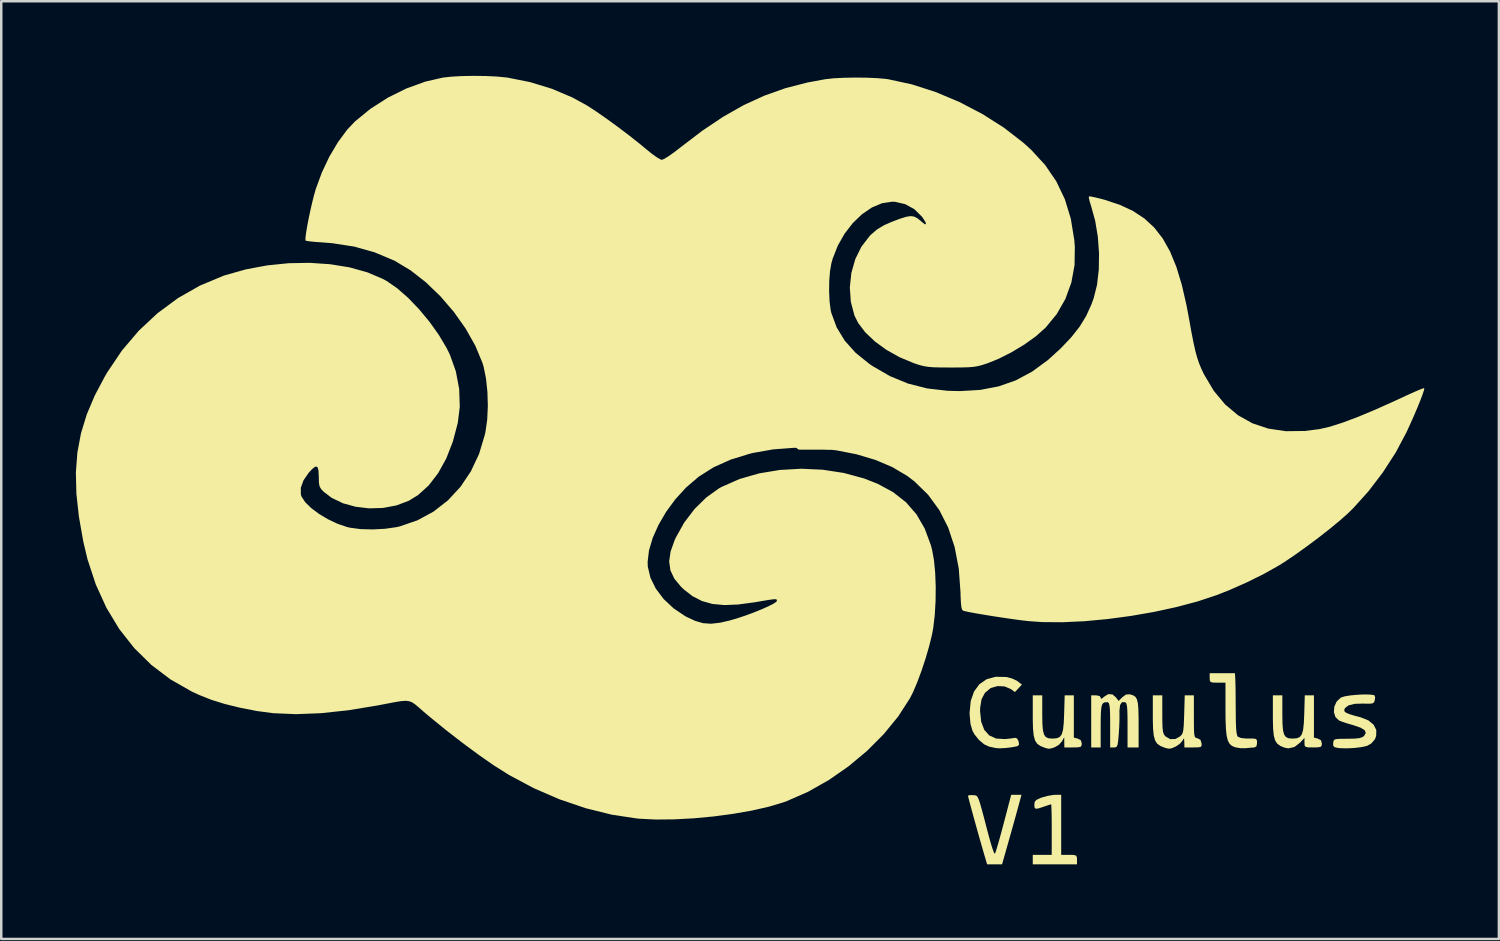
<source format=kicad_pcb>
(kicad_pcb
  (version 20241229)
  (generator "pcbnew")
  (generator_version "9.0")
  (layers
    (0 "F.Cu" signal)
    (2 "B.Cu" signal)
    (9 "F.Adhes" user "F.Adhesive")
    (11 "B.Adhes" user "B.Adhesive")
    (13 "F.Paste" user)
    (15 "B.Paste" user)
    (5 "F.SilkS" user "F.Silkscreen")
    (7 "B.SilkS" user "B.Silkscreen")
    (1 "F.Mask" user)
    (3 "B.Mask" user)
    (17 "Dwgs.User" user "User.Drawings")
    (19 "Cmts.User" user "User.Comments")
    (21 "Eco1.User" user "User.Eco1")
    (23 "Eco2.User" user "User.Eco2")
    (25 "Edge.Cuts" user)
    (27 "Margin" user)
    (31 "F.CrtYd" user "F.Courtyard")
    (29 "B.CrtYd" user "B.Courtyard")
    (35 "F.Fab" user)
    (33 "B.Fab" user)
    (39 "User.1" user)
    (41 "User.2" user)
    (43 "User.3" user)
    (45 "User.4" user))
  (footprint "Cumulus_logo"
    (layer "F.Cu")
    (at 27.291 14.043)
    (property "Reference" "Cumulus_logo" (at 0 0 0) (layer "F.SilkS") (effects (font (size 1.524 1.524) (thickness 0.3))))
    (attr board_only exclude_from_pos_files exclude_from_bom)
    (fp_poly (pts (xy 12.319 14.859) (xy 12.319 17.272) (xy 12.636 17.272) (xy 12.824 17.276) (xy 12.918 17.302) (xy 12.95 17.368) (xy 12.954 17.462) (xy 12.954 17.653) (xy 11.176 17.653) (xy 11.176 17.272) (xy 11.938 17.272) (xy 11.938 16.256) (xy 11.937 15.913) (xy 11.933 15.619) (xy 11.927 15.397) (xy 11.92 15.266) (xy 11.914 15.24) (xy 11.845 15.259) (xy 11.699 15.308) (xy 11.62 15.335) (xy 11.415 15.403) (xy 11.3 15.42) (xy 11.251 15.379) (xy 11.24 15.276) (xy 11.239 15.253) (xy 11.255 15.139) (xy 11.324 15.062) (xy 11.475 14.991) (xy 11.541 14.966) (xy 11.775 14.901) (xy 12.007 14.863) (xy 12.081 14.859)) (stroke (width 0) (type solid)) (fill yes) (layer "F.SilkS"))
    (fp_poly (pts (xy 19.319 10.239) (xy 19.324 10.399) (xy 19.329 10.655) (xy 19.332 10.977) (xy 19.334 11.334) (xy 19.335 11.474) (xy 19.339 11.885) (xy 19.35 12.182) (xy 19.37 12.381) (xy 19.4 12.493) (xy 19.419 12.522) (xy 19.539 12.573) (xy 19.752 12.596) (xy 19.847 12.596) (xy 20.046 12.595) (xy 20.148 12.614) (xy 20.187 12.668) (xy 20.193 12.771) (xy 20.168 12.911) (xy 20.084 12.955) (xy 20.082 12.955) (xy 19.943 12.963) (xy 19.759 12.982) (xy 19.748 12.984) (xy 19.525 12.984) (xy 19.315 12.948) (xy 19.186 12.894) (xy 19.088 12.808) (xy 19.017 12.674) (xy 18.969 12.477) (xy 18.94 12.2) (xy 18.926 11.827) (xy 18.923 11.4) (xy 18.923 10.351) (xy 18.605 10.351) (xy 18.418 10.346) (xy 18.324 10.321) (xy 18.292 10.254) (xy 18.288 10.16) (xy 18.288 9.97) (xy 19.304 9.97)) (stroke (width 0) (type solid)) (fill yes) (layer "F.SilkS"))
    (fp_poly (pts (xy 21.209 11.608) (xy 21.214 11.986) (xy 21.235 12.255) (xy 21.279 12.432) (xy 21.353 12.537) (xy 21.464 12.586) (xy 21.615 12.598) (xy 21.786 12.586) (xy 21.908 12.536) (xy 21.991 12.431) (xy 22.043 12.253) (xy 22.073 11.983) (xy 22.089 11.618) (xy 22.111 10.858) (xy 22.479 10.858) (xy 22.479 12.559) (xy 22.638 12.599) (xy 22.764 12.67) (xy 22.797 12.796) (xy 22.787 12.887) (xy 22.739 12.934) (xy 22.62 12.951) (xy 22.447 12.954) (xy 22.248 12.951) (xy 22.144 12.93) (xy 22.104 12.874) (xy 22.098 12.766) (xy 22.098 12.571) (xy 21.923 12.76) (xy 21.697 12.934) (xy 21.455 12.991) (xy 21.304 12.965) (xy 21.13 12.894) (xy 21.004 12.803) (xy 20.919 12.672) (xy 20.866 12.48) (xy 20.838 12.209) (xy 20.828 11.837) (xy 20.828 11.688) (xy 20.828 10.858) (xy 21.209 10.858)) (stroke (width 0) (type solid)) (fill yes) (layer "F.SilkS"))
    (fp_poly (pts (xy 11.557 11.608) (xy 11.562 11.986) (xy 11.583 12.255) (xy 11.627 12.432) (xy 11.701 12.537) (xy 11.812 12.586) (xy 11.963 12.598) (xy 12.134 12.586) (xy 12.256 12.536) (xy 12.339 12.431) (xy 12.391 12.253) (xy 12.421 11.983) (xy 12.437 11.618) (xy 12.459 10.858) (xy 12.827 10.858) (xy 12.827 12.559) (xy 12.986 12.599) (xy 13.112 12.67) (xy 13.145 12.796) (xy 13.135 12.887) (xy 13.087 12.934) (xy 12.968 12.951) (xy 12.795 12.954) (xy 12.446 12.954) (xy 12.443 12.748) (xy 12.441 12.541) (xy 12.35 12.709) (xy 12.224 12.85) (xy 12.057 12.947) (xy 11.907 12.996) (xy 11.81 13.006) (xy 11.7 12.979) (xy 11.652 12.964) (xy 11.479 12.894) (xy 11.352 12.804) (xy 11.267 12.672) (xy 11.214 12.479) (xy 11.186 12.206) (xy 11.176 11.832) (xy 11.176 11.688) (xy 11.176 10.858) (xy 11.557 10.858)) (stroke (width 0) (type solid)) (fill yes) (layer "F.SilkS"))
    (fp_poly (pts (xy 10.58 15.383) (xy 10.507 15.648) (xy 10.412 15.993) (xy 10.305 16.373) (xy 10.199 16.748) (xy 10.19 16.78) (xy 9.942 17.653) (xy 9.34 17.653) (xy 9.214 17.224) (xy 9.131 16.937) (xy 9.036 16.606) (xy 8.937 16.253) (xy 8.839 15.9) (xy 8.748 15.569) (xy 8.67 15.282) (xy 8.611 15.06) (xy 8.578 14.926) (xy 8.572 14.898) (xy 8.627 14.871) (xy 8.761 14.87) (xy 8.774 14.871) (xy 8.837 14.876) (xy 8.887 14.885) (xy 8.931 14.913) (xy 8.972 14.974) (xy 9.017 15.08) (xy 9.07 15.248) (xy 9.138 15.489) (xy 9.226 15.819) (xy 9.338 16.251) (xy 9.403 16.498) (xy 9.483 16.786) (xy 9.555 17.019) (xy 9.613 17.173) (xy 9.65 17.23) (xy 9.654 17.228) (xy 9.684 17.153) (xy 9.74 16.975) (xy 9.815 16.714) (xy 9.905 16.391) (xy 10.003 16.025) (xy 10.005 16.018) (xy 10.309 14.859) (xy 10.722 14.859)) (stroke (width 0) (type solid)) (fill yes) (layer "F.SilkS"))
    (fp_poly (pts (xy 10.111 10.122) (xy 10.124 10.124) (xy 10.342 10.181) (xy 10.534 10.271) (xy 10.572 10.298) (xy 10.739 10.429) (xy 10.599 10.578) (xy 10.459 10.727) (xy 10.284 10.602) (xy 10.043 10.501) (xy 9.763 10.487) (xy 9.499 10.562) (xy 9.464 10.581) (xy 9.249 10.764) (xy 9.117 11.018) (xy 9.061 11.358) (xy 9.058 11.501) (xy 9.103 11.922) (xy 9.226 12.246) (xy 9.427 12.471) (xy 9.704 12.596) (xy 10.055 12.618) (xy 10.065 12.617) (xy 10.267 12.597) (xy 10.424 12.575) (xy 10.47 12.566) (xy 10.553 12.601) (xy 10.606 12.711) (xy 10.625 12.839) (xy 10.566 12.898) (xy 10.518 12.913) (xy 10.299 12.952) (xy 10.053 12.979) (xy 9.83 12.989) (xy 9.684 12.978) (xy 9.511 12.94) (xy 9.419 12.92) (xy 9.222 12.829) (xy 9.015 12.655) (xy 8.836 12.434) (xy 8.755 12.29) (xy 8.672 12.008) (xy 8.638 11.632) (xy 8.637 11.554) (xy 8.682 11.087) (xy 8.816 10.704) (xy 9.032 10.41) (xy 9.324 10.211) (xy 9.685 10.113)) (stroke (width 0) (type solid)) (fill yes) (layer "F.SilkS"))
    (fp_poly (pts (xy 16.383 11.62) (xy 16.385 11.95) (xy 16.394 12.177) (xy 16.413 12.327) (xy 16.446 12.425) (xy 16.496 12.495) (xy 16.51 12.509) (xy 16.699 12.62) (xy 16.912 12.613) (xy 17.09 12.515) (xy 17.154 12.455) (xy 17.198 12.381) (xy 17.226 12.268) (xy 17.244 12.091) (xy 17.256 11.826) (xy 17.263 11.626) (xy 17.285 10.858) (xy 17.653 10.858) (xy 17.653 11.711) (xy 17.654 12.054) (xy 17.658 12.291) (xy 17.67 12.442) (xy 17.692 12.527) (xy 17.728 12.567) (xy 17.782 12.582) (xy 17.796 12.584) (xy 17.914 12.645) (xy 17.959 12.779) (xy 17.964 12.879) (xy 17.931 12.931) (xy 17.83 12.951) (xy 17.632 12.954) (xy 17.625 12.954) (xy 17.272 12.954) (xy 17.268 12.748) (xy 17.261 12.616) (xy 17.241 12.599) (xy 17.196 12.681) (xy 17.093 12.803) (xy 16.935 12.912) (xy 16.921 12.919) (xy 16.761 12.988) (xy 16.648 13.005) (xy 16.52 12.977) (xy 16.478 12.964) (xy 16.305 12.894) (xy 16.178 12.804) (xy 16.093 12.672) (xy 16.04 12.479) (xy 16.012 12.206) (xy 16.002 11.832) (xy 16.002 11.688) (xy 16.002 10.858) (xy 16.383 10.858)) (stroke (width 0) (type solid)) (fill yes) (layer "F.SilkS"))
    (fp_poly (pts (xy 14.38 10.823) (xy 14.518 10.94) (xy 14.627 11.085) (xy 14.778 10.934) (xy 14.923 10.828) (xy 15.074 10.818) (xy 15.1 10.824) (xy 15.22 10.863) (xy 15.307 10.924) (xy 15.366 11.026) (xy 15.403 11.189) (xy 15.422 11.431) (xy 15.43 11.77) (xy 15.431 12.014) (xy 15.431 12.954) (xy 14.986 12.954) (xy 14.986 12.063) (xy 14.984 11.702) (xy 14.977 11.448) (xy 14.962 11.283) (xy 14.938 11.187) (xy 14.902 11.142) (xy 14.886 11.134) (xy 14.761 11.134) (xy 14.686 11.25) (xy 14.66 11.483) (xy 14.661 11.57) (xy 14.662 11.802) (xy 14.653 12.1) (xy 14.634 12.402) (xy 14.632 12.43) (xy 14.609 12.687) (xy 14.585 12.842) (xy 14.551 12.922) (xy 14.496 12.951) (xy 14.439 12.954) (xy 14.287 12.954) (xy 14.287 12.063) (xy 14.285 11.7) (xy 14.278 11.445) (xy 14.262 11.279) (xy 14.237 11.183) (xy 14.201 11.14) (xy 14.191 11.135) (xy 14.066 11.141) (xy 14.001 11.177) (xy 13.961 11.236) (xy 13.933 11.349) (xy 13.916 11.534) (xy 13.908 11.812) (xy 13.906 12.105) (xy 13.906 12.954) (xy 13.525 12.954) (xy 13.525 10.858) (xy 13.716 10.858) (xy 13.867 10.887) (xy 13.906 10.954) (xy 13.925 11.003) (xy 13.995 10.959) (xy 14.034 10.922) (xy 14.209 10.811)) (stroke (width 0) (type solid)) (fill yes) (layer "F.SilkS"))
    (fp_poly (pts (xy 24.685 10.826) (xy 24.855 10.842) (xy 24.921 10.867) (xy 24.939 10.953) (xy 24.924 11.057) (xy 24.895 11.137) (xy 24.839 11.18) (xy 24.724 11.196) (xy 24.519 11.193) (xy 24.461 11.19) (xy 24.116 11.201) (xy 23.868 11.263) (xy 23.726 11.373) (xy 23.698 11.441) (xy 23.707 11.503) (xy 23.77 11.558) (xy 23.906 11.616) (xy 24.135 11.685) (xy 24.36 11.744) (xy 24.667 11.866) (xy 24.879 12.041) (xy 24.986 12.255) (xy 24.981 12.495) (xy 24.93 12.625) (xy 24.785 12.794) (xy 24.624 12.887) (xy 24.403 12.939) (xy 24.11 12.975) (xy 23.796 12.991) (xy 23.517 12.983) (xy 23.444 12.975) (xy 23.301 12.941) (xy 23.251 12.873) (xy 23.253 12.775) (xy 23.267 12.693) (xy 23.302 12.643) (xy 23.383 12.617) (xy 23.538 12.607) (xy 23.791 12.605) (xy 23.826 12.605) (xy 24.113 12.599) (xy 24.303 12.58) (xy 24.423 12.543) (xy 24.492 12.492) (xy 24.563 12.372) (xy 24.521 12.264) (xy 24.361 12.162) (xy 24.079 12.064) (xy 24.04 12.053) (xy 23.804 11.984) (xy 23.603 11.917) (xy 23.484 11.869) (xy 23.342 11.729) (xy 23.281 11.532) (xy 23.299 11.313) (xy 23.392 11.108) (xy 23.556 10.955) (xy 23.577 10.943) (xy 23.717 10.9) (xy 23.932 10.864) (xy 24.189 10.839) (xy 24.451 10.825)) (stroke (width 0) (type solid)) (fill yes) (layer "F.SilkS"))
    (fp_poly (pts (xy -10.817 -14.037) (xy -10.366 -14.016) (xy -9.988 -13.98) (xy -9.938 -13.973) (xy -9.031 -13.792) (xy -8.152 -13.523) (xy -7.332 -13.175) (xy -6.743 -12.852) (xy -6.376 -12.613) (xy -5.946 -12.314) (xy -5.485 -11.978) (xy -5.027 -11.63) (xy -4.602 -11.294) (xy -4.36 -11.092) (xy -4.139 -10.914) (xy -3.941 -10.772) (xy -3.793 -10.686) (xy -3.735 -10.668) (xy -3.639 -10.706) (xy -3.469 -10.811) (xy -3.249 -10.965) (xy -3.003 -11.155) (xy -2.992 -11.164) (xy -2.112 -11.835) (xy -1.268 -12.401) (xy -0.442 -12.869) (xy 0.386 -13.248) (xy 1.232 -13.548) (xy 2.116 -13.776) (xy 2.825 -13.907) (xy 3.155 -13.944) (xy 3.57 -13.966) (xy 4.031 -13.975) (xy 4.497 -13.97) (xy 4.928 -13.951) (xy 5.284 -13.919) (xy 5.366 -13.907) (xy 6.31 -13.703) (xy 7.272 -13.394) (xy 8.227 -12.992) (xy 9.149 -12.511) (xy 10.013 -11.963) (xy 10.792 -11.36) (xy 11.11 -11.073) (xy 11.671 -10.463) (xy 12.122 -9.803) (xy 12.465 -9.086) (xy 12.705 -8.304) (xy 12.844 -7.448) (xy 12.867 -7.174) (xy 12.856 -6.441) (xy 12.728 -5.737) (xy 12.487 -5.074) (xy 12.139 -4.465) (xy 11.691 -3.922) (xy 11.297 -3.57) (xy 10.831 -3.238) (xy 10.315 -2.928) (xy 9.795 -2.666) (xy 9.366 -2.493) (xy 9.16 -2.425) (xy 8.981 -2.377) (xy 8.799 -2.346) (xy 8.584 -2.329) (xy 8.307 -2.321) (xy 7.936 -2.319) (xy 7.874 -2.319) (xy 7.489 -2.321) (xy 7.2 -2.328) (xy 6.979 -2.345) (xy 6.796 -2.374) (xy 6.62 -2.419) (xy 6.422 -2.484) (xy 6.383 -2.498) (xy 5.816 -2.736) (xy 5.293 -3.029) (xy 4.83 -3.366) (xy 4.445 -3.731) (xy 4.156 -4.111) (xy 4.007 -4.411) (xy 3.861 -4.965) (xy 3.822 -5.542) (xy 3.883 -6.12) (xy 4.04 -6.673) (xy 4.289 -7.178) (xy 4.624 -7.612) (xy 4.663 -7.652) (xy 4.915 -7.869) (xy 5.197 -8.039) (xy 5.493 -8.169) (xy 5.832 -8.298) (xy 6.082 -8.377) (xy 6.266 -8.406) (xy 6.412 -8.385) (xy 6.545 -8.314) (xy 6.692 -8.194) (xy 6.715 -8.173) (xy 6.836 -8.08) (xy 6.886 -8.08) (xy 6.863 -8.163) (xy 6.768 -8.316) (xy 6.717 -8.386) (xy 6.415 -8.684) (xy 6.048 -8.886) (xy 5.642 -8.98) (xy 5.526 -8.985) (xy 5.117 -8.924) (xy 4.706 -8.751) (xy 4.31 -8.48) (xy 3.94 -8.124) (xy 3.611 -7.698) (xy 3.337 -7.216) (xy 3.131 -6.691) (xy 3.08 -6.511) (xy 3.026 -6.196) (xy 2.995 -5.806) (xy 2.989 -5.388) (xy 3.007 -4.984) (xy 3.05 -4.64) (xy 3.077 -4.517) (xy 3.293 -3.931) (xy 3.618 -3.397) (xy 4.056 -2.909) (xy 4.612 -2.461) (xy 4.723 -2.385) (xy 5.432 -1.974) (xy 6.161 -1.674) (xy 6.928 -1.478) (xy 7.754 -1.383) (xy 8.255 -1.371) (xy 9.064 -1.419) (xy 9.804 -1.561) (xy 10.492 -1.802) (xy 11.145 -2.151) (xy 11.778 -2.614) (xy 12.292 -3.08) (xy 12.721 -3.531) (xy 13.057 -3.957) (xy 13.321 -4.387) (xy 13.534 -4.855) (xy 13.627 -5.112) (xy 13.759 -5.643) (xy 13.83 -6.252) (xy 13.84 -6.906) (xy 13.792 -7.572) (xy 13.685 -8.218) (xy 13.525 -8.796) (xy 13.463 -8.995) (xy 13.43 -9.141) (xy 13.431 -9.197) (xy 13.502 -9.195) (xy 13.667 -9.162) (xy 13.899 -9.106) (xy 14.082 -9.056) (xy 14.681 -8.857) (xy 15.205 -8.611) (xy 15.662 -8.311) (xy 16.059 -7.945) (xy 16.401 -7.505) (xy 16.695 -6.983) (xy 16.948 -6.367) (xy 17.166 -5.65) (xy 17.356 -4.822) (xy 17.457 -4.286) (xy 17.551 -3.761) (xy 17.633 -3.34) (xy 17.708 -3) (xy 17.784 -2.721) (xy 17.865 -2.48) (xy 17.958 -2.256) (xy 18.064 -2.036) (xy 18.454 -1.381) (xy 18.908 -0.836) (xy 19.425 -0.401) (xy 20.005 -0.077) (xy 20.646 0.137) (xy 21.349 0.241) (xy 22.113 0.232) (xy 22.709 0.156) (xy 23.125 0.059) (xy 23.641 -0.106) (xy 24.253 -0.336) (xy 24.955 -0.629) (xy 25.742 -0.983) (xy 25.937 -1.073) (xy 26.254 -1.22) (xy 26.53 -1.344) (xy 26.745 -1.435) (xy 26.879 -1.485) (xy 26.914 -1.492) (xy 26.906 -1.42) (xy 26.852 -1.252) (xy 26.76 -1.007) (xy 26.637 -0.703) (xy 26.491 -0.361) (xy 26.329 0.001) (xy 26.197 0.288) (xy 25.767 1.097) (xy 25.248 1.9) (xy 24.668 2.661) (xy 24.051 3.344) (xy 23.828 3.561) (xy 23.51 3.842) (xy 23.114 4.168) (xy 22.669 4.517) (xy 22.203 4.865) (xy 21.747 5.192) (xy 21.329 5.476) (xy 21.065 5.642) (xy 20.469 5.977) (xy 19.797 6.311) (xy 19.098 6.621) (xy 18.574 6.828) (xy 17.81 7.082) (xy 16.963 7.308) (xy 16.058 7.505) (xy 15.12 7.668) (xy 14.176 7.794) (xy 13.25 7.88) (xy 12.37 7.921) (xy 11.559 7.915) (xy 11.017 7.877) (xy 10.732 7.844) (xy 10.384 7.798) (xy 10 7.742) (xy 9.604 7.682) (xy 9.223 7.62) (xy 8.881 7.562) (xy 8.605 7.511) (xy 8.421 7.47) (xy 8.382 7.46) (xy 8.338 7.421) (xy 8.308 7.324) (xy 8.288 7.148) (xy 8.275 6.875) (xy 8.271 6.715) (xy 8.201 5.764) (xy 8.035 4.897) (xy 7.775 4.113) (xy 7.419 3.412) (xy 6.968 2.795) (xy 6.423 2.263) (xy 6.128 2.038) (xy 5.531 1.684) (xy 4.842 1.393) (xy 4.082 1.167) (xy 3.271 1.009) (xy 2.429 0.922) (xy 1.578 0.909) (xy 0.738 0.972) (xy -0.071 1.115) (xy -0.198 1.146) (xy -0.973 1.385) (xy -1.652 1.69) (xy -2.25 2.068) (xy -2.764 2.508) (xy -3.192 2.977) (xy -3.564 3.484) (xy -3.87 4.009) (xy -4.103 4.532) (xy -4.252 5.035) (xy -4.307 5.498) (xy -4.299 5.69) (xy -4.193 6.134) (xy -3.976 6.573) (xy -3.662 6.988) (xy -3.266 7.36) (xy -2.804 7.671) (xy -2.734 7.709) (xy -2.388 7.869) (xy -2.075 7.959) (xy -1.757 7.981) (xy -1.396 7.94) (xy -1.016 7.853) (xy -0.713 7.765) (xy -0.385 7.656) (xy -0.053 7.534) (xy 0.259 7.408) (xy 0.531 7.288) (xy 0.74 7.183) (xy 0.864 7.101) (xy 0.889 7.064) (xy 0.888 7.026) (xy 0.871 7.002) (xy 0.82 6.994) (xy 0.715 7.002) (xy 0.537 7.027) (xy 0.268 7.072) (xy -0.008 7.119) (xy -0.66 7.207) (xy -1.218 7.231) (xy -1.699 7.186) (xy -2.12 7.069) (xy -2.498 6.876) (xy -2.85 6.603) (xy -2.964 6.494) (xy -3.233 6.17) (xy -3.391 5.835) (xy -3.441 5.475) (xy -3.383 5.075) (xy -3.22 4.619) (xy -3.177 4.524) (xy -2.839 3.919) (xy -2.424 3.373) (xy -1.951 2.907) (xy -1.44 2.541) (xy -1.326 2.478) (xy -0.611 2.163) (xy 0.174 1.937) (xy 1.008 1.799) (xy 1.868 1.75) (xy 2.734 1.79) (xy 3.583 1.92) (xy 4.395 2.141) (xy 4.943 2.356) (xy 5.563 2.692) (xy 6.08 3.098) (xy 6.501 3.583) (xy 6.831 4.152) (xy 7.076 4.812) (xy 7.127 5.001) (xy 7.204 5.421) (xy 7.253 5.93) (xy 7.275 6.492) (xy 7.269 7.074) (xy 7.235 7.641) (xy 7.174 8.157) (xy 7.125 8.421) (xy 7.012 8.881) (xy 6.868 9.375) (xy 6.704 9.87) (xy 6.532 10.333) (xy 6.364 10.73) (xy 6.239 10.977) (xy 5.766 11.709) (xy 5.184 12.42) (xy 4.513 13.093) (xy 3.77 13.713) (xy 2.974 14.266) (xy 2.143 14.736) (xy 1.296 15.108) (xy 1.141 15.164) (xy 0.56 15.338) (xy -0.119 15.492) (xy -0.867 15.623) (xy -1.654 15.728) (xy -2.454 15.803) (xy -3.238 15.845) (xy -3.976 15.852) (xy -4.64 15.819) (xy -4.72 15.812) (xy -5.745 15.658) (xy -6.797 15.397) (xy -7.853 15.038) (xy -8.889 14.589) (xy -9.88 14.059) (xy -10.49 13.675) (xy -11.094 13.254) (xy -11.747 12.772) (xy -12.41 12.258) (xy -13.044 11.743) (xy -13.302 11.525) (xy -13.495 11.356) (xy -13.643 11.23) (xy -13.768 11.144) (xy -13.893 11.095) (xy -14.038 11.079) (xy -14.226 11.093) (xy -14.48 11.135) (xy -14.82 11.2) (xy -15.147 11.263) (xy -16.336 11.459) (xy -17.435 11.577) (xy -18.443 11.616) (xy -19.356 11.577) (xy -20.007 11.491) (xy -20.706 11.354) (xy -21.308 11.206) (xy -21.84 11.04) (xy -22.334 10.845) (xy -22.638 10.704) (xy -23.486 10.22) (xy -24.255 9.638) (xy -24.942 8.962) (xy -25.546 8.196) (xy -26.062 7.342) (xy -26.489 6.405) (xy -26.824 5.388) (xy -26.991 4.685) (xy -27.169 3.677) (xy -27.27 2.755) (xy -27.291 1.9) (xy -27.23 1.096) (xy -27.085 0.323) (xy -26.853 -0.434) (xy -26.531 -1.195) (xy -26.117 -1.976) (xy -26.028 -2.127) (xy -25.437 -3.005) (xy -24.76 -3.8) (xy -24.006 -4.504) (xy -23.184 -5.111) (xy -22.304 -5.612) (xy -21.373 -6.001) (xy -21.285 -6.031) (xy -20.457 -6.264) (xy -19.603 -6.424) (xy -18.74 -6.512) (xy -17.889 -6.527) (xy -17.066 -6.471) (xy -16.29 -6.345) (xy -15.58 -6.148) (xy -14.953 -5.882) (xy -14.796 -5.796) (xy -14.375 -5.506) (xy -13.935 -5.12) (xy -13.495 -4.663) (xy -13.077 -4.159) (xy -12.701 -3.632) (xy -12.389 -3.107) (xy -12.256 -2.838) (xy -12.016 -2.165) (xy -11.882 -1.456) (xy -11.858 -0.741) (xy -11.938 -0.093) (xy -12.137 0.661) (xy -12.401 1.337) (xy -12.726 1.926) (xy -13.106 2.42) (xy -13.535 2.809) (xy -13.914 3.041) (xy -14.409 3.226) (xy -14.946 3.326) (xy -15.499 3.343) (xy -16.043 3.279) (xy -16.554 3.138) (xy -17.005 2.922) (xy -17.32 2.683) (xy -17.432 2.568) (xy -17.494 2.459) (xy -17.52 2.314) (xy -17.526 2.088) (xy -17.526 2.07) (xy -17.538 1.813) (xy -17.58 1.679) (xy -17.661 1.662) (xy -17.791 1.76) (xy -17.935 1.918) (xy -18.142 2.219) (xy -18.248 2.515) (xy -18.247 2.784) (xy -18.221 2.867) (xy -18.075 3.092) (xy -17.832 3.33) (xy -17.516 3.566) (xy -17.154 3.782) (xy -16.77 3.963) (xy -16.39 4.093) (xy -16.269 4.121) (xy -15.848 4.177) (xy -15.362 4.19) (xy -14.864 4.164) (xy -14.407 4.099) (xy -14.264 4.066) (xy -13.556 3.822) (xy -12.91 3.471) (xy -12.333 3.02) (xy -11.831 2.479) (xy -11.412 1.855) (xy -11.083 1.156) (xy -10.852 0.39) (xy -10.824 0.26) (xy -10.755 -0.23) (xy -10.73 -0.776) (xy -10.747 -1.337) (xy -10.803 -1.873) (xy -10.898 -2.344) (xy -10.947 -2.508) (xy -11.234 -3.196) (xy -11.623 -3.885) (xy -12.096 -4.554) (xy -12.635 -5.181) (xy -13.222 -5.746) (xy -13.838 -6.227) (xy -14.466 -6.604) (xy -14.503 -6.622) (xy -15.286 -6.951) (xy -16.107 -7.181) (xy -16.99 -7.317) (xy -17.385 -7.348) (xy -17.659 -7.367) (xy -17.88 -7.389) (xy -18.022 -7.41) (xy -18.059 -7.423) (xy -18.063 -7.514) (xy -18.041 -7.703) (xy -17.998 -7.965) (xy -17.94 -8.275) (xy -17.87 -8.609) (xy -17.794 -8.94) (xy -17.718 -9.245) (xy -17.647 -9.493) (xy -17.403 -10.158) (xy -17.102 -10.794) (xy -16.757 -11.376) (xy -16.385 -11.878) (xy -16.076 -12.207) (xy -15.45 -12.719) (xy -14.75 -13.167) (xy -14.005 -13.536) (xy -13.244 -13.812) (xy -12.541 -13.973) (xy -12.2 -14.011) (xy -11.773 -14.035) (xy -11.299 -14.043)) (stroke (width 0) (type solid)) (fill yes) (layer "F.SilkS")))
  (gr_rect
    (start -3 -3)
    (end 57.205 34.696)
    (stroke (width 0.1) (type default))
    (fill no)
    (layer "Edge.Cuts")))
</source>
